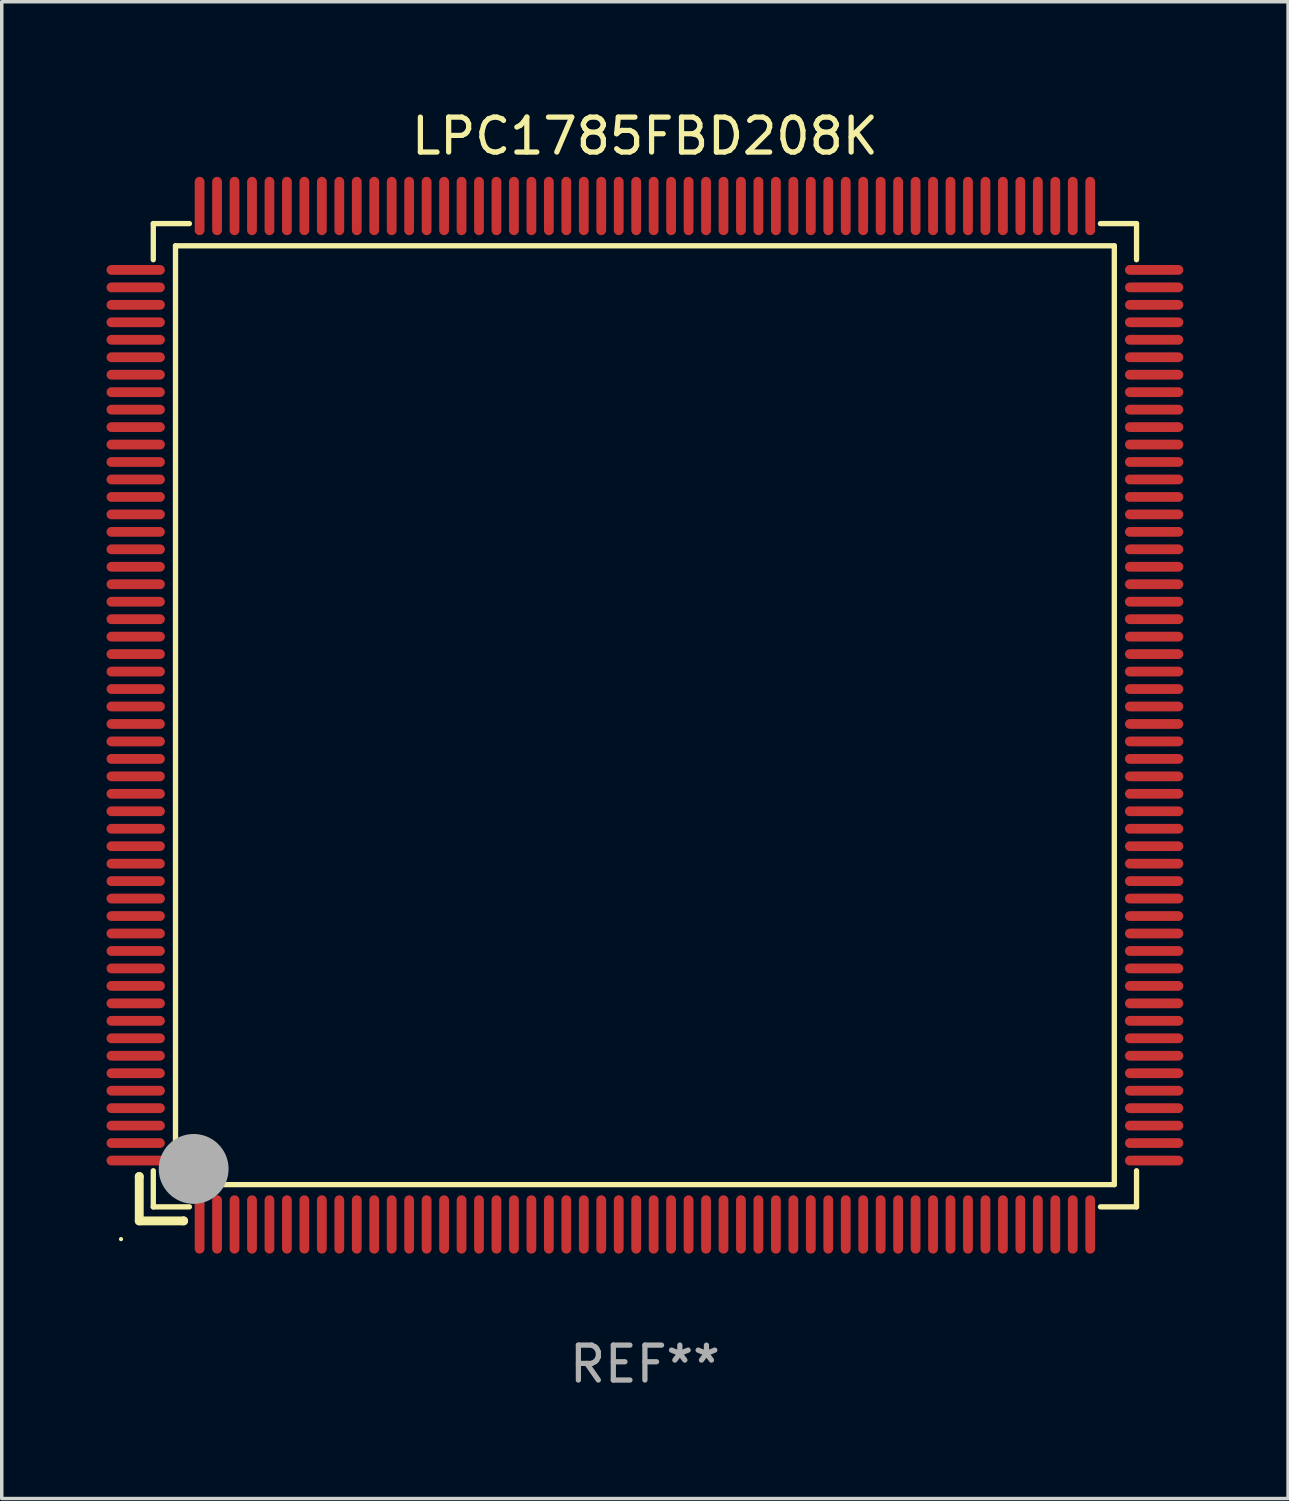
<source format=kicad_pcb>
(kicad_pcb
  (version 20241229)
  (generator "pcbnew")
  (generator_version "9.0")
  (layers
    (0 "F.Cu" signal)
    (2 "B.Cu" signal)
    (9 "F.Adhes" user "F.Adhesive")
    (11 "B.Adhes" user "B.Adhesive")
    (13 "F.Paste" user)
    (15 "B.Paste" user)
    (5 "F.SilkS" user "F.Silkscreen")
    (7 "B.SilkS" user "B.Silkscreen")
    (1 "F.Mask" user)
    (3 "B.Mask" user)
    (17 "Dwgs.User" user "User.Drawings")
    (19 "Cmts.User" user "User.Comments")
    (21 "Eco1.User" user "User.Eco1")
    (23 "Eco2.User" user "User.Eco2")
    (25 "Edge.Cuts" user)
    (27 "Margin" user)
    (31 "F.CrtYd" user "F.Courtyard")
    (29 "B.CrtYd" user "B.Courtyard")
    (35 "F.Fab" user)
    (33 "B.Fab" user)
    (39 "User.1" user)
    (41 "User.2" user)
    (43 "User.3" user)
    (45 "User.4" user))
  (footprint "LPC1785FBD208K"
    (layer "F.Cu")
    (at 15.415 17.428)
    (property "Reference" "LPC1785FBD208K" (at 0 -16.58 0) (layer "F.SilkS") (effects (font (size 1 1) (thickness 0.15))))
    (attr through_hole)
    (fp_line (start -14.478 13.208) (end -14.478 13.208) (stroke (width 0.254) (type solid)) (layer "F.SilkS"))
    (fp_line (start -14.478 13.208) (end -14.478 14.478) (stroke (width 0.254) (type solid)) (layer "F.SilkS"))
    (fp_line (start -14.478 14.478) (end -13.208 14.478) (stroke (width 0.254) (type solid)) (layer "F.SilkS"))
    (fp_line (start -14.076 -14.076) (end -14.076 -13.042) (stroke (width 0.152) (type solid)) (layer "F.SilkS"))
    (fp_line (start -14.076 14.076) (end -14.076 13.042) (stroke (width 0.152) (type solid)) (layer "F.SilkS"))
    (fp_line (start -13.44 -13.44) (end 13.44 -13.44) (stroke (width 0.152) (type solid)) (layer "F.SilkS"))
    (fp_line (start -13.44 13.44) (end -13.44 -13.44) (stroke (width 0.152) (type solid)) (layer "F.SilkS"))
    (fp_line (start -13.208 14.478) (end -13.208 14.478) (stroke (width 0.254) (type solid)) (layer "F.SilkS"))
    (fp_line (start -13.042 -14.076) (end -14.076 -14.076) (stroke (width 0.152) (type solid)) (layer "F.SilkS"))
    (fp_line (start -13.042 14.076) (end -14.076 14.076) (stroke (width 0.152) (type solid)) (layer "F.SilkS"))
    (fp_line (start 13.042 -14.076) (end 14.076 -14.076) (stroke (width 0.152) (type solid)) (layer "F.SilkS"))
    (fp_line (start 13.042 14.076) (end 14.076 14.076) (stroke (width 0.152) (type solid)) (layer "F.SilkS"))
    (fp_line (start 13.44 -13.44) (end 13.44 13.44) (stroke (width 0.152) (type solid)) (layer "F.SilkS"))
    (fp_line (start 13.44 13.44) (end -13.44 13.44) (stroke (width 0.152) (type solid)) (layer "F.SilkS"))
    (fp_line (start 14.076 -14.076) (end 14.076 -13.042) (stroke (width 0.152) (type solid)) (layer "F.SilkS"))
    (fp_line (start 14.076 14.076) (end 14.076 13.042) (stroke (width 0.152) (type solid)) (layer "F.SilkS"))
    (fp_circle (center -15 15) (end -14.97 15) (stroke (width 0.06) (type solid)) (fill no) (layer "F.SilkS"))
    (fp_circle (center -13.138 13.138) (end -13.063 13.138) (stroke (width 0.15) (type solid)) (fill no) (layer "F.SilkS"))
    (fp_circle (center -12.92 12.99) (end -12.42 12.99) (stroke (width 1) (type solid)) (fill no) (layer "F.Fab"))
    (fp_text user "REF**" (at 0 18.58 0) (layer "F.Fab") (effects (font (size 1 1) (thickness 0.15))))
    (pad "1" smd oval (at -12.75 14.58) (size 0.28 1.67) (layers "F.Cu" "F.Mask" "F.Paste"))
    (pad "2" smd oval (at -12.25 14.58) (size 0.28 1.67) (layers "F.Cu" "F.Mask" "F.Paste"))
    (pad "3" smd oval (at -11.75 14.58) (size 0.28 1.67) (layers "F.Cu" "F.Mask" "F.Paste"))
    (pad "4" smd oval (at -11.25 14.58) (size 0.28 1.67) (layers "F.Cu" "F.Mask" "F.Paste"))
    (pad "5" smd oval (at -10.75 14.58) (size 0.28 1.67) (layers "F.Cu" "F.Mask" "F.Paste"))
    (pad "6" smd oval (at -10.25 14.58) (size 0.28 1.67) (layers "F.Cu" "F.Mask" "F.Paste"))
    (pad "7" smd oval (at -9.75 14.58) (size 0.28 1.67) (layers "F.Cu" "F.Mask" "F.Paste"))
    (pad "8" smd oval (at -9.25 14.58) (size 0.28 1.67) (layers "F.Cu" "F.Mask" "F.Paste"))
    (pad "9" smd oval (at -8.75 14.58) (size 0.28 1.67) (layers "F.Cu" "F.Mask" "F.Paste"))
    (pad "10" smd oval (at -8.25 14.58) (size 0.28 1.67) (layers "F.Cu" "F.Mask" "F.Paste"))
    (pad "11" smd oval (at -7.75 14.58) (size 0.28 1.67) (layers "F.Cu" "F.Mask" "F.Paste"))
    (pad "12" smd oval (at -7.25 14.58) (size 0.28 1.67) (layers "F.Cu" "F.Mask" "F.Paste"))
    (pad "13" smd oval (at -6.75 14.58) (size 0.28 1.67) (layers "F.Cu" "F.Mask" "F.Paste"))
    (pad "14" smd oval (at -6.25 14.58) (size 0.28 1.67) (layers "F.Cu" "F.Mask" "F.Paste"))
    (pad "15" smd oval (at -5.75 14.58) (size 0.28 1.67) (layers "F.Cu" "F.Mask" "F.Paste"))
    (pad "16" smd oval (at -5.25 14.58) (size 0.28 1.67) (layers "F.Cu" "F.Mask" "F.Paste"))
    (pad "17" smd oval (at -4.75 14.58) (size 0.28 1.67) (layers "F.Cu" "F.Mask" "F.Paste"))
    (pad "18" smd oval (at -4.25 14.58) (size 0.28 1.67) (layers "F.Cu" "F.Mask" "F.Paste"))
    (pad "19" smd oval (at -3.75 14.58) (size 0.28 1.67) (layers "F.Cu" "F.Mask" "F.Paste"))
    (pad "20" smd oval (at -3.25 14.58) (size 0.28 1.67) (layers "F.Cu" "F.Mask" "F.Paste"))
    (pad "21" smd oval (at -2.75 14.58) (size 0.28 1.67) (layers "F.Cu" "F.Mask" "F.Paste"))
    (pad "22" smd oval (at -2.25 14.58) (size 0.28 1.67) (layers "F.Cu" "F.Mask" "F.Paste"))
    (pad "23" smd oval (at -1.75 14.58) (size 0.28 1.67) (layers "F.Cu" "F.Mask" "F.Paste"))
    (pad "24" smd oval (at -1.25 14.58) (size 0.28 1.67) (layers "F.Cu" "F.Mask" "F.Paste"))
    (pad "25" smd oval (at -0.75 14.58) (size 0.28 1.67) (layers "F.Cu" "F.Mask" "F.Paste"))
    (pad "26" smd oval (at -0.25 14.58) (size 0.28 1.67) (layers "F.Cu" "F.Mask" "F.Paste"))
    (pad "27" smd oval (at 0.25 14.58) (size 0.28 1.67) (layers "F.Cu" "F.Mask" "F.Paste"))
    (pad "28" smd oval (at 0.75 14.58) (size 0.28 1.67) (layers "F.Cu" "F.Mask" "F.Paste"))
    (pad "29" smd oval (at 1.25 14.58) (size 0.28 1.67) (layers "F.Cu" "F.Mask" "F.Paste"))
    (pad "30" smd oval (at 1.75 14.58) (size 0.28 1.67) (layers "F.Cu" "F.Mask" "F.Paste"))
    (pad "31" smd oval (at 2.25 14.58) (size 0.28 1.67) (layers "F.Cu" "F.Mask" "F.Paste"))
    (pad "32" smd oval (at 2.75 14.58) (size 0.28 1.67) (layers "F.Cu" "F.Mask" "F.Paste"))
    (pad "33" smd oval (at 3.25 14.58) (size 0.28 1.67) (layers "F.Cu" "F.Mask" "F.Paste"))
    (pad "34" smd oval (at 3.75 14.58) (size 0.28 1.67) (layers "F.Cu" "F.Mask" "F.Paste"))
    (pad "35" smd oval (at 4.25 14.58) (size 0.28 1.67) (layers "F.Cu" "F.Mask" "F.Paste"))
    (pad "36" smd oval (at 4.75 14.58) (size 0.28 1.67) (layers "F.Cu" "F.Mask" "F.Paste"))
    (pad "37" smd oval (at 5.25 14.58) (size 0.28 1.67) (layers "F.Cu" "F.Mask" "F.Paste"))
    (pad "38" smd oval (at 5.75 14.58) (size 0.28 1.67) (layers "F.Cu" "F.Mask" "F.Paste"))
    (pad "39" smd oval (at 6.25 14.58) (size 0.28 1.67) (layers "F.Cu" "F.Mask" "F.Paste"))
    (pad "40" smd oval (at 6.75 14.58) (size 0.28 1.67) (layers "F.Cu" "F.Mask" "F.Paste"))
    (pad "41" smd oval (at 7.25 14.58) (size 0.28 1.67) (layers "F.Cu" "F.Mask" "F.Paste"))
    (pad "42" smd oval (at 7.75 14.58) (size 0.28 1.67) (layers "F.Cu" "F.Mask" "F.Paste"))
    (pad "43" smd oval (at 8.25 14.58) (size 0.28 1.67) (layers "F.Cu" "F.Mask" "F.Paste"))
    (pad "44" smd oval (at 8.75 14.58) (size 0.28 1.67) (layers "F.Cu" "F.Mask" "F.Paste"))
    (pad "45" smd oval (at 9.25 14.58) (size 0.28 1.67) (layers "F.Cu" "F.Mask" "F.Paste"))
    (pad "46" smd oval (at 9.75 14.58) (size 0.28 1.67) (layers "F.Cu" "F.Mask" "F.Paste"))
    (pad "47" smd oval (at 10.25 14.58) (size 0.28 1.67) (layers "F.Cu" "F.Mask" "F.Paste"))
    (pad "48" smd oval (at 10.75 14.58) (size 0.28 1.67) (layers "F.Cu" "F.Mask" "F.Paste"))
    (pad "49" smd oval (at 11.25 14.58) (size 0.28 1.67) (layers "F.Cu" "F.Mask" "F.Paste"))
    (pad "50" smd oval (at 11.75 14.58) (size 0.28 1.67) (layers "F.Cu" "F.Mask" "F.Paste"))
    (pad "51" smd oval (at 12.25 14.58) (size 0.28 1.67) (layers "F.Cu" "F.Mask" "F.Paste"))
    (pad "52" smd oval (at 12.75 14.58) (size 0.28 1.67) (layers "F.Cu" "F.Mask" "F.Paste"))
    (pad "53" smd oval (at 14.58 12.75) (size 1.67 0.28) (layers "F.Cu" "F.Mask" "F.Paste"))
    (pad "54" smd oval (at 14.58 12.25) (size 1.67 0.28) (layers "F.Cu" "F.Mask" "F.Paste"))
    (pad "55" smd oval (at 14.58 11.75) (size 1.67 0.28) (layers "F.Cu" "F.Mask" "F.Paste"))
    (pad "56" smd oval (at 14.58 11.25) (size 1.67 0.28) (layers "F.Cu" "F.Mask" "F.Paste"))
    (pad "57" smd oval (at 14.58 10.75) (size 1.67 0.28) (layers "F.Cu" "F.Mask" "F.Paste"))
    (pad "58" smd oval (at 14.58 10.25) (size 1.67 0.28) (layers "F.Cu" "F.Mask" "F.Paste"))
    (pad "59" smd oval (at 14.58 9.75) (size 1.67 0.28) (layers "F.Cu" "F.Mask" "F.Paste"))
    (pad "60" smd oval (at 14.58 9.25) (size 1.67 0.28) (layers "F.Cu" "F.Mask" "F.Paste"))
    (pad "61" smd oval (at 14.58 8.75) (size 1.67 0.28) (layers "F.Cu" "F.Mask" "F.Paste"))
    (pad "62" smd oval (at 14.58 8.25) (size 1.67 0.28) (layers "F.Cu" "F.Mask" "F.Paste"))
    (pad "63" smd oval (at 14.58 7.75) (size 1.67 0.28) (layers "F.Cu" "F.Mask" "F.Paste"))
    (pad "64" smd oval (at 14.58 7.25) (size 1.67 0.28) (layers "F.Cu" "F.Mask" "F.Paste"))
    (pad "65" smd oval (at 14.58 6.75) (size 1.67 0.28) (layers "F.Cu" "F.Mask" "F.Paste"))
    (pad "66" smd oval (at 14.58 6.25) (size 1.67 0.28) (layers "F.Cu" "F.Mask" "F.Paste"))
    (pad "67" smd oval (at 14.58 5.75) (size 1.67 0.28) (layers "F.Cu" "F.Mask" "F.Paste"))
    (pad "68" smd oval (at 14.58 5.25) (size 1.67 0.28) (layers "F.Cu" "F.Mask" "F.Paste"))
    (pad "69" smd oval (at 14.58 4.75) (size 1.67 0.28) (layers "F.Cu" "F.Mask" "F.Paste"))
    (pad "70" smd oval (at 14.58 4.25) (size 1.67 0.28) (layers "F.Cu" "F.Mask" "F.Paste"))
    (pad "71" smd oval (at 14.58 3.75) (size 1.67 0.28) (layers "F.Cu" "F.Mask" "F.Paste"))
    (pad "72" smd oval (at 14.58 3.25) (size 1.67 0.28) (layers "F.Cu" "F.Mask" "F.Paste"))
    (pad "73" smd oval (at 14.58 2.75) (size 1.67 0.28) (layers "F.Cu" "F.Mask" "F.Paste"))
    (pad "74" smd oval (at 14.58 2.25) (size 1.67 0.28) (layers "F.Cu" "F.Mask" "F.Paste"))
    (pad "75" smd oval (at 14.58 1.75) (size 1.67 0.28) (layers "F.Cu" "F.Mask" "F.Paste"))
    (pad "76" smd oval (at 14.58 1.25) (size 1.67 0.28) (layers "F.Cu" "F.Mask" "F.Paste"))
    (pad "77" smd oval (at 14.58 0.75) (size 1.67 0.28) (layers "F.Cu" "F.Mask" "F.Paste"))
    (pad "78" smd oval (at 14.58 0.25) (size 1.67 0.28) (layers "F.Cu" "F.Mask" "F.Paste"))
    (pad "79" smd oval (at 14.58 -0.25) (size 1.67 0.28) (layers "F.Cu" "F.Mask" "F.Paste"))
    (pad "80" smd oval (at 14.58 -0.75) (size 1.67 0.28) (layers "F.Cu" "F.Mask" "F.Paste"))
    (pad "81" smd oval (at 14.58 -1.25) (size 1.67 0.28) (layers "F.Cu" "F.Mask" "F.Paste"))
    (pad "82" smd oval (at 14.58 -1.75) (size 1.67 0.28) (layers "F.Cu" "F.Mask" "F.Paste"))
    (pad "83" smd oval (at 14.58 -2.25) (size 1.67 0.28) (layers "F.Cu" "F.Mask" "F.Paste"))
    (pad "84" smd oval (at 14.58 -2.75) (size 1.67 0.28) (layers "F.Cu" "F.Mask" "F.Paste"))
    (pad "85" smd oval (at 14.58 -3.25) (size 1.67 0.28) (layers "F.Cu" "F.Mask" "F.Paste"))
    (pad "86" smd oval (at 14.58 -3.75) (size 1.67 0.28) (layers "F.Cu" "F.Mask" "F.Paste"))
    (pad "87" smd oval (at 14.58 -4.25) (size 1.67 0.28) (layers "F.Cu" "F.Mask" "F.Paste"))
    (pad "88" smd oval (at 14.58 -4.75) (size 1.67 0.28) (layers "F.Cu" "F.Mask" "F.Paste"))
    (pad "89" smd oval (at 14.58 -5.25) (size 1.67 0.28) (layers "F.Cu" "F.Mask" "F.Paste"))
    (pad "90" smd oval (at 14.58 -5.75) (size 1.67 0.28) (layers "F.Cu" "F.Mask" "F.Paste"))
    (pad "91" smd oval (at 14.58 -6.25) (size 1.67 0.28) (layers "F.Cu" "F.Mask" "F.Paste"))
    (pad "92" smd oval (at 14.58 -6.75) (size 1.67 0.28) (layers "F.Cu" "F.Mask" "F.Paste"))
    (pad "93" smd oval (at 14.58 -7.25) (size 1.67 0.28) (layers "F.Cu" "F.Mask" "F.Paste"))
    (pad "94" smd oval (at 14.58 -7.75) (size 1.67 0.28) (layers "F.Cu" "F.Mask" "F.Paste"))
    (pad "95" smd oval (at 14.58 -8.25) (size 1.67 0.28) (layers "F.Cu" "F.Mask" "F.Paste"))
    (pad "96" smd oval (at 14.58 -8.75) (size 1.67 0.28) (layers "F.Cu" "F.Mask" "F.Paste"))
    (pad "97" smd oval (at 14.58 -9.25) (size 1.67 0.28) (layers "F.Cu" "F.Mask" "F.Paste"))
    (pad "98" smd oval (at 14.58 -9.75) (size 1.67 0.28) (layers "F.Cu" "F.Mask" "F.Paste"))
    (pad "99" smd oval (at 14.58 -10.25) (size 1.67 0.28) (layers "F.Cu" "F.Mask" "F.Paste"))
    (pad "100" smd oval (at 14.58 -10.75) (size 1.67 0.28) (layers "F.Cu" "F.Mask" "F.Paste"))
    (pad "101" smd oval (at 14.58 -11.25) (size 1.67 0.28) (layers "F.Cu" "F.Mask" "F.Paste"))
    (pad "102" smd oval (at 14.58 -11.75) (size 1.67 0.28) (layers "F.Cu" "F.Mask" "F.Paste"))
    (pad "103" smd oval (at 14.58 -12.25) (size 1.67 0.28) (layers "F.Cu" "F.Mask" "F.Paste"))
    (pad "104" smd oval (at 14.58 -12.75) (size 1.67 0.28) (layers "F.Cu" "F.Mask" "F.Paste"))
    (pad "105" smd oval (at 12.75 -14.58) (size 0.28 1.67) (layers "F.Cu" "F.Mask" "F.Paste"))
    (pad "106" smd oval (at 12.25 -14.58) (size 0.28 1.67) (layers "F.Cu" "F.Mask" "F.Paste"))
    (pad "107" smd oval (at 11.75 -14.58) (size 0.28 1.67) (layers "F.Cu" "F.Mask" "F.Paste"))
    (pad "108" smd oval (at 11.25 -14.58) (size 0.28 1.67) (layers "F.Cu" "F.Mask" "F.Paste"))
    (pad "109" smd oval (at 10.75 -14.58) (size 0.28 1.67) (layers "F.Cu" "F.Mask" "F.Paste"))
    (pad "110" smd oval (at 10.25 -14.58) (size 0.28 1.67) (layers "F.Cu" "F.Mask" "F.Paste"))
    (pad "111" smd oval (at 9.75 -14.58) (size 0.28 1.67) (layers "F.Cu" "F.Mask" "F.Paste"))
    (pad "112" smd oval (at 9.25 -14.58) (size 0.28 1.67) (layers "F.Cu" "F.Mask" "F.Paste"))
    (pad "113" smd oval (at 8.75 -14.58) (size 0.28 1.67) (layers "F.Cu" "F.Mask" "F.Paste"))
    (pad "114" smd oval (at 8.25 -14.58) (size 0.28 1.67) (layers "F.Cu" "F.Mask" "F.Paste"))
    (pad "115" smd oval (at 7.75 -14.58) (size 0.28 1.67) (layers "F.Cu" "F.Mask" "F.Paste"))
    (pad "116" smd oval (at 7.25 -14.58) (size 0.28 1.67) (layers "F.Cu" "F.Mask" "F.Paste"))
    (pad "117" smd oval (at 6.75 -14.58) (size 0.28 1.67) (layers "F.Cu" "F.Mask" "F.Paste"))
    (pad "118" smd oval (at 6.25 -14.58) (size 0.28 1.67) (layers "F.Cu" "F.Mask" "F.Paste"))
    (pad "119" smd oval (at 5.75 -14.58) (size 0.28 1.67) (layers "F.Cu" "F.Mask" "F.Paste"))
    (pad "120" smd oval (at 5.25 -14.58) (size 0.28 1.67) (layers "F.Cu" "F.Mask" "F.Paste"))
    (pad "121" smd oval (at 4.75 -14.58) (size 0.28 1.67) (layers "F.Cu" "F.Mask" "F.Paste"))
    (pad "122" smd oval (at 4.25 -14.58) (size 0.28 1.67) (layers "F.Cu" "F.Mask" "F.Paste"))
    (pad "123" smd oval (at 3.75 -14.58) (size 0.28 1.67) (layers "F.Cu" "F.Mask" "F.Paste"))
    (pad "124" smd oval (at 3.25 -14.58) (size 0.28 1.67) (layers "F.Cu" "F.Mask" "F.Paste"))
    (pad "125" smd oval (at 2.75 -14.58) (size 0.28 1.67) (layers "F.Cu" "F.Mask" "F.Paste"))
    (pad "126" smd oval (at 2.25 -14.58) (size 0.28 1.67) (layers "F.Cu" "F.Mask" "F.Paste"))
    (pad "127" smd oval (at 1.75 -14.58) (size 0.28 1.67) (layers "F.Cu" "F.Mask" "F.Paste"))
    (pad "128" smd oval (at 1.25 -14.58) (size 0.28 1.67) (layers "F.Cu" "F.Mask" "F.Paste"))
    (pad "129" smd oval (at 0.75 -14.58) (size 0.28 1.67) (layers "F.Cu" "F.Mask" "F.Paste"))
    (pad "130" smd oval (at 0.25 -14.58) (size 0.28 1.67) (layers "F.Cu" "F.Mask" "F.Paste"))
    (pad "131" smd oval (at -0.25 -14.58) (size 0.28 1.67) (layers "F.Cu" "F.Mask" "F.Paste"))
    (pad "132" smd oval (at -0.75 -14.58) (size 0.28 1.67) (layers "F.Cu" "F.Mask" "F.Paste"))
    (pad "133" smd oval (at -1.25 -14.58) (size 0.28 1.67) (layers "F.Cu" "F.Mask" "F.Paste"))
    (pad "134" smd oval (at -1.75 -14.58) (size 0.28 1.67) (layers "F.Cu" "F.Mask" "F.Paste"))
    (pad "135" smd oval (at -2.25 -14.58) (size 0.28 1.67) (layers "F.Cu" "F.Mask" "F.Paste"))
    (pad "136" smd oval (at -2.75 -14.58) (size 0.28 1.67) (layers "F.Cu" "F.Mask" "F.Paste"))
    (pad "137" smd oval (at -3.25 -14.58) (size 0.28 1.67) (layers "F.Cu" "F.Mask" "F.Paste"))
    (pad "138" smd oval (at -3.75 -14.58) (size 0.28 1.67) (layers "F.Cu" "F.Mask" "F.Paste"))
    (pad "139" smd oval (at -4.25 -14.58) (size 0.28 1.67) (layers "F.Cu" "F.Mask" "F.Paste"))
    (pad "140" smd oval (at -4.75 -14.58) (size 0.28 1.67) (layers "F.Cu" "F.Mask" "F.Paste"))
    (pad "141" smd oval (at -5.25 -14.58) (size 0.28 1.67) (layers "F.Cu" "F.Mask" "F.Paste"))
    (pad "142" smd oval (at -5.75 -14.58) (size 0.28 1.67) (layers "F.Cu" "F.Mask" "F.Paste"))
    (pad "143" smd oval (at -6.25 -14.58) (size 0.28 1.67) (layers "F.Cu" "F.Mask" "F.Paste"))
    (pad "144" smd oval (at -6.75 -14.58) (size 0.28 1.67) (layers "F.Cu" "F.Mask" "F.Paste"))
    (pad "145" smd oval (at -7.25 -14.58) (size 0.28 1.67) (layers "F.Cu" "F.Mask" "F.Paste"))
    (pad "146" smd oval (at -7.75 -14.58) (size 0.28 1.67) (layers "F.Cu" "F.Mask" "F.Paste"))
    (pad "147" smd oval (at -8.25 -14.58) (size 0.28 1.67) (layers "F.Cu" "F.Mask" "F.Paste"))
    (pad "148" smd oval (at -8.75 -14.58) (size 0.28 1.67) (layers "F.Cu" "F.Mask" "F.Paste"))
    (pad "149" smd oval (at -9.25 -14.58) (size 0.28 1.67) (layers "F.Cu" "F.Mask" "F.Paste"))
    (pad "150" smd oval (at -9.75 -14.58) (size 0.28 1.67) (layers "F.Cu" "F.Mask" "F.Paste"))
    (pad "151" smd oval (at -10.25 -14.58) (size 0.28 1.67) (layers "F.Cu" "F.Mask" "F.Paste"))
    (pad "152" smd oval (at -10.75 -14.58) (size 0.28 1.67) (layers "F.Cu" "F.Mask" "F.Paste"))
    (pad "153" smd oval (at -11.25 -14.58) (size 0.28 1.67) (layers "F.Cu" "F.Mask" "F.Paste"))
    (pad "154" smd oval (at -11.75 -14.58) (size 0.28 1.67) (layers "F.Cu" "F.Mask" "F.Paste"))
    (pad "155" smd oval (at -12.25 -14.58) (size 0.28 1.67) (layers "F.Cu" "F.Mask" "F.Paste"))
    (pad "156" smd oval (at -12.75 -14.58) (size 0.28 1.67) (layers "F.Cu" "F.Mask" "F.Paste"))
    (pad "157" smd oval (at -14.58 -12.75) (size 1.67 0.28) (layers "F.Cu" "F.Mask" "F.Paste"))
    (pad "158" smd oval (at -14.58 -12.25) (size 1.67 0.28) (layers "F.Cu" "F.Mask" "F.Paste"))
    (pad "159" smd oval (at -14.58 -11.75) (size 1.67 0.28) (layers "F.Cu" "F.Mask" "F.Paste"))
    (pad "160" smd oval (at -14.58 -11.25) (size 1.67 0.28) (layers "F.Cu" "F.Mask" "F.Paste"))
    (pad "161" smd oval (at -14.58 -10.75) (size 1.67 0.28) (layers "F.Cu" "F.Mask" "F.Paste"))
    (pad "162" smd oval (at -14.58 -10.25) (size 1.67 0.28) (layers "F.Cu" "F.Mask" "F.Paste"))
    (pad "163" smd oval (at -14.58 -9.75) (size 1.67 0.28) (layers "F.Cu" "F.Mask" "F.Paste"))
    (pad "164" smd oval (at -14.58 -9.25) (size 1.67 0.28) (layers "F.Cu" "F.Mask" "F.Paste"))
    (pad "165" smd oval (at -14.58 -8.75) (size 1.67 0.28) (layers "F.Cu" "F.Mask" "F.Paste"))
    (pad "166" smd oval (at -14.58 -8.25) (size 1.67 0.28) (layers "F.Cu" "F.Mask" "F.Paste"))
    (pad "167" smd oval (at -14.58 -7.75) (size 1.67 0.28) (layers "F.Cu" "F.Mask" "F.Paste"))
    (pad "168" smd oval (at -14.58 -7.25) (size 1.67 0.28) (layers "F.Cu" "F.Mask" "F.Paste"))
    (pad "169" smd oval (at -14.58 -6.75) (size 1.67 0.28) (layers "F.Cu" "F.Mask" "F.Paste"))
    (pad "170" smd oval (at -14.58 -6.25) (size 1.67 0.28) (layers "F.Cu" "F.Mask" "F.Paste"))
    (pad "171" smd oval (at -14.58 -5.75) (size 1.67 0.28) (layers "F.Cu" "F.Mask" "F.Paste"))
    (pad "172" smd oval (at -14.58 -5.25) (size 1.67 0.28) (layers "F.Cu" "F.Mask" "F.Paste"))
    (pad "173" smd oval (at -14.58 -4.75) (size 1.67 0.28) (layers "F.Cu" "F.Mask" "F.Paste"))
    (pad "174" smd oval (at -14.58 -4.25) (size 1.67 0.28) (layers "F.Cu" "F.Mask" "F.Paste"))
    (pad "175" smd oval (at -14.58 -3.75) (size 1.67 0.28) (layers "F.Cu" "F.Mask" "F.Paste"))
    (pad "176" smd oval (at -14.58 -3.25) (size 1.67 0.28) (layers "F.Cu" "F.Mask" "F.Paste"))
    (pad "177" smd oval (at -14.58 -2.75) (size 1.67 0.28) (layers "F.Cu" "F.Mask" "F.Paste"))
    (pad "178" smd oval (at -14.58 -2.25) (size 1.67 0.28) (layers "F.Cu" "F.Mask" "F.Paste"))
    (pad "179" smd oval (at -14.58 -1.75) (size 1.67 0.28) (layers "F.Cu" "F.Mask" "F.Paste"))
    (pad "180" smd oval (at -14.58 -1.25) (size 1.67 0.28) (layers "F.Cu" "F.Mask" "F.Paste"))
    (pad "181" smd oval (at -14.58 -0.75) (size 1.67 0.28) (layers "F.Cu" "F.Mask" "F.Paste"))
    (pad "182" smd oval (at -14.58 -0.25) (size 1.67 0.28) (layers "F.Cu" "F.Mask" "F.Paste"))
    (pad "183" smd oval (at -14.58 0.25) (size 1.67 0.28) (layers "F.Cu" "F.Mask" "F.Paste"))
    (pad "184" smd oval (at -14.58 0.75) (size 1.67 0.28) (layers "F.Cu" "F.Mask" "F.Paste"))
    (pad "185" smd oval (at -14.58 1.25) (size 1.67 0.28) (layers "F.Cu" "F.Mask" "F.Paste"))
    (pad "186" smd oval (at -14.58 1.75) (size 1.67 0.28) (layers "F.Cu" "F.Mask" "F.Paste"))
    (pad "187" smd oval (at -14.58 2.25) (size 1.67 0.28) (layers "F.Cu" "F.Mask" "F.Paste"))
    (pad "188" smd oval (at -14.58 2.75) (size 1.67 0.28) (layers "F.Cu" "F.Mask" "F.Paste"))
    (pad "189" smd oval (at -14.58 3.25) (size 1.67 0.28) (layers "F.Cu" "F.Mask" "F.Paste"))
    (pad "190" smd oval (at -14.58 3.75) (size 1.67 0.28) (layers "F.Cu" "F.Mask" "F.Paste"))
    (pad "191" smd oval (at -14.58 4.25) (size 1.67 0.28) (layers "F.Cu" "F.Mask" "F.Paste"))
    (pad "192" smd oval (at -14.58 4.75) (size 1.67 0.28) (layers "F.Cu" "F.Mask" "F.Paste"))
    (pad "193" smd oval (at -14.58 5.25) (size 1.67 0.28) (layers "F.Cu" "F.Mask" "F.Paste"))
    (pad "194" smd oval (at -14.58 5.75) (size 1.67 0.28) (layers "F.Cu" "F.Mask" "F.Paste"))
    (pad "195" smd oval (at -14.58 6.25) (size 1.67 0.28) (layers "F.Cu" "F.Mask" "F.Paste"))
    (pad "196" smd oval (at -14.58 6.75) (size 1.67 0.28) (layers "F.Cu" "F.Mask" "F.Paste"))
    (pad "197" smd oval (at -14.58 7.25) (size 1.67 0.28) (layers "F.Cu" "F.Mask" "F.Paste"))
    (pad "198" smd oval (at -14.58 7.75) (size 1.67 0.28) (layers "F.Cu" "F.Mask" "F.Paste"))
    (pad "199" smd oval (at -14.58 8.25) (size 1.67 0.28) (layers "F.Cu" "F.Mask" "F.Paste"))
    (pad "200" smd oval (at -14.58 8.75) (size 1.67 0.28) (layers "F.Cu" "F.Mask" "F.Paste"))
    (pad "201" smd oval (at -14.58 9.25) (size 1.67 0.28) (layers "F.Cu" "F.Mask" "F.Paste"))
    (pad "202" smd oval (at -14.58 9.75) (size 1.67 0.28) (layers "F.Cu" "F.Mask" "F.Paste"))
    (pad "203" smd oval (at -14.58 10.25) (size 1.67 0.28) (layers "F.Cu" "F.Mask" "F.Paste"))
    (pad "204" smd oval (at -14.58 10.75) (size 1.67 0.28) (layers "F.Cu" "F.Mask" "F.Paste"))
    (pad "205" smd oval (at -14.58 11.25) (size 1.67 0.28) (layers "F.Cu" "F.Mask" "F.Paste"))
    (pad "206" smd oval (at -14.58 11.75) (size 1.67 0.28) (layers "F.Cu" "F.Mask" "F.Paste"))
    (pad "207" smd oval (at -14.58 12.25) (size 1.67 0.28) (layers "F.Cu" "F.Mask" "F.Paste"))
    (pad "208" smd oval (at -14.58 12.75) (size 1.67 0.28) (layers "F.Cu" "F.Mask" "F.Paste")))
  (gr_rect
    (start -3 -3)
    (end 33.83 39.856)
    (stroke (width 0.1) (type default))
    (fill no)
    (layer "Edge.Cuts")))
</source>
